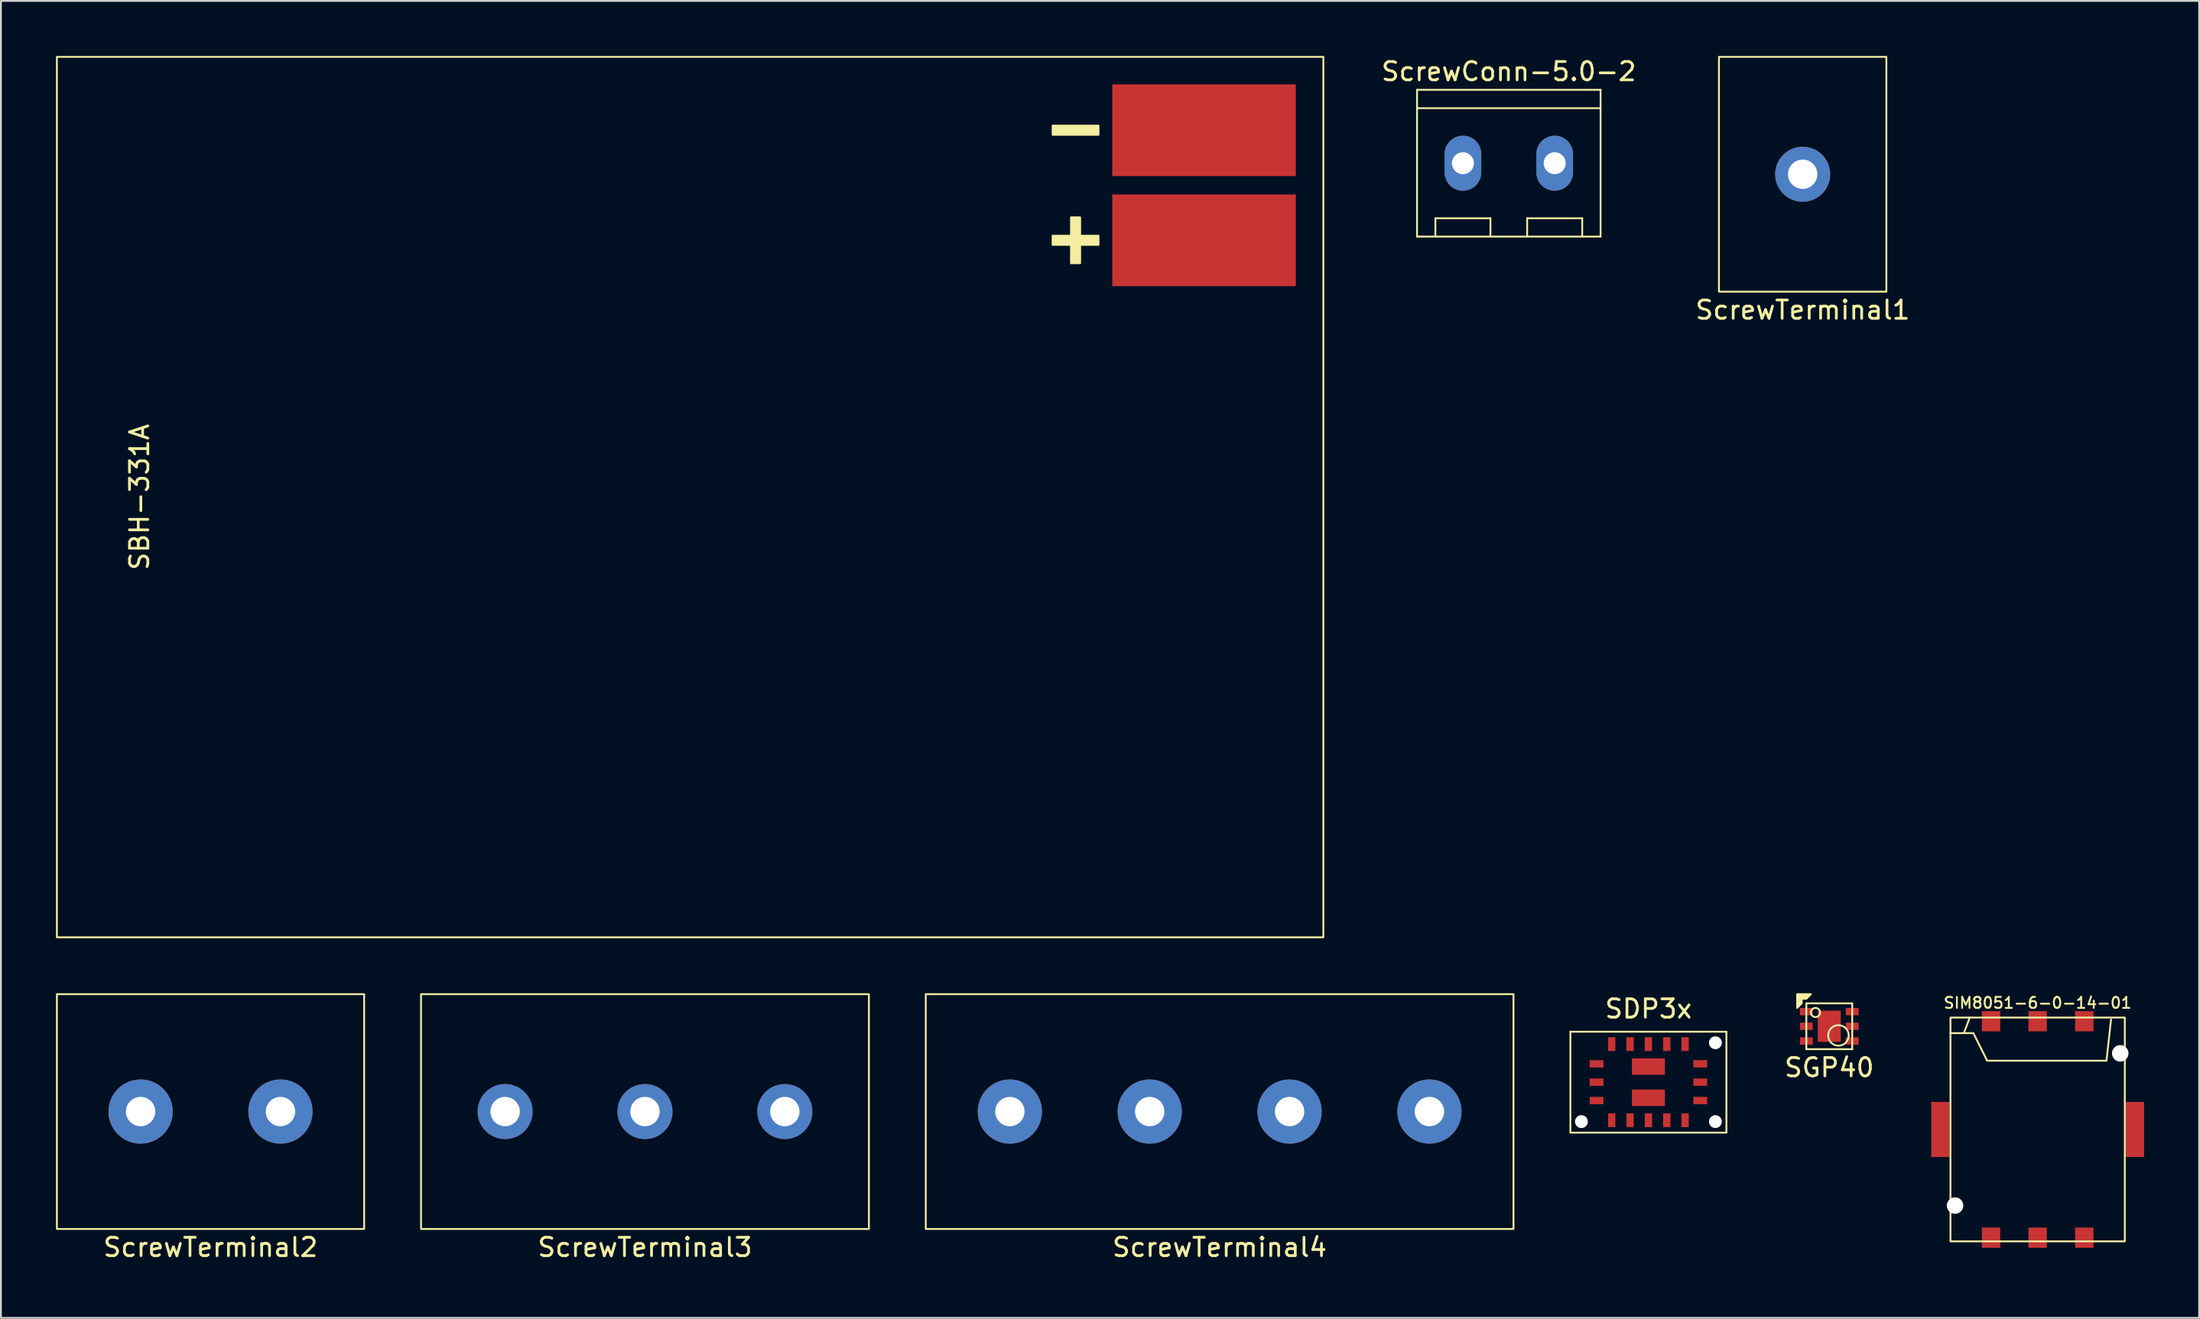
<source format=kicad_pcb>
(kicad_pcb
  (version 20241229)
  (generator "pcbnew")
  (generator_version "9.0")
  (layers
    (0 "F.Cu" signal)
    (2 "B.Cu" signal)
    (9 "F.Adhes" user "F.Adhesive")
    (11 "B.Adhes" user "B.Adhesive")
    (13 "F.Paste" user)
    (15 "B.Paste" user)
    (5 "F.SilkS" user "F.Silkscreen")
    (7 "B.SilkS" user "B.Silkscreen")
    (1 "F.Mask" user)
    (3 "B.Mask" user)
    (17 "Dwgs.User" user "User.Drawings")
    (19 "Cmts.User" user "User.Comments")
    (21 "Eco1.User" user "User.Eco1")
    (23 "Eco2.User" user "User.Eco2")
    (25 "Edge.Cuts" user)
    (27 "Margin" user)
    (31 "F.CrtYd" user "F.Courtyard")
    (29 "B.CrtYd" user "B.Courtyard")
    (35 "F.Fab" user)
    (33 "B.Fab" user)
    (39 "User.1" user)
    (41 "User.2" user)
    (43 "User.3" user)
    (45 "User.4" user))
  (footprint "ScrewTerminal2"
    (layer "F.Cu")
    (at 8.42 57.55)
    (property "Reference" "ScrewTerminal2" (at 0 7.4 0) (unlocked yes) (layer "F.SilkS") (effects (font (size 1 1) (thickness 0.15))))
    (attr through_hole)
    (fp_rect (start -8.37 -6.4) (end 8.37 6.4) (stroke (width 0.1) (type solid)) (fill no) (layer "F.SilkS"))
    (pad "1" thru_hole circle (at -3.81 0 90) (size 3.5 3.5) (drill 1.6) (layers "*.Cu" "*.Mask"))
    (pad "2" thru_hole circle (at 3.81 0 90) (size 3.5 3.5) (drill 1.6) (layers "*.Cu" "*.Mask")))
  (footprint "ScrewTerminal1"
    (layer "F.Cu")
    (at 95.165 6.45)
    (property "Reference" "ScrewTerminal1" (at 0 7.4 0) (unlocked yes) (layer "F.SilkS") (effects (font (size 1 1) (thickness 0.15))))
    (attr through_hole)
    (fp_rect (start -4.56 -6.4) (end 4.56 6.4) (stroke (width 0.1) (type solid)) (fill no) (layer "F.SilkS"))
    (pad "1" thru_hole circle (at 0 0 90) (size 3 3) (drill 1.6) (layers "*.Cu" "*.Mask")))
  (footprint "ScrewTerminal4"
    (layer "F.Cu")
    (at 63.4 57.55)
    (property "Reference" "ScrewTerminal4" (at 0 7.4 0) (unlocked yes) (layer "F.SilkS") (effects (font (size 1 1) (thickness 0.15))))
    (attr through_hole)
    (fp_rect (start -16.01 -6.4) (end 16.01 6.4) (stroke (width 0.1) (type solid)) (fill no) (layer "F.SilkS"))
    (pad "1" thru_hole circle (at -11.43 0 90) (size 3.5 3.5) (drill 1.6) (layers "*.Cu" "*.Mask"))
    (pad "2" thru_hole circle (at -3.81 0 90) (size 3.5 3.5) (drill 1.6) (layers "*.Cu" "*.Mask"))
    (pad "3" thru_hole circle (at 3.81 0 90) (size 3.5 3.5) (drill 1.6) (layers "*.Cu" "*.Mask"))
    (pad "4" thru_hole circle (at 11.43 0 90) (size 3.5 3.5) (drill 1.6) (layers "*.Cu" "*.Mask")))
  (footprint "SDP3x"
    (layer "F.Cu")
    (at 86.76 55.948)
    (property "Reference" "SDP3x" (at 0 -4 0) (layer "F.SilkS") (effects (font (size 1 1) (thickness 0.15))))
    (attr through_hole)
    (fp_line (start -4.25 -2.75) (end -4.25 2.75) (stroke (width 0.1) (type solid)) (layer "F.SilkS"))
    (fp_line (start -4.25 2.75) (end 4.25 2.75) (stroke (width 0.1) (type solid)) (layer "F.SilkS"))
    (fp_line (start 4.25 -2.75) (end -4.25 -2.75) (stroke (width 0.1) (type solid)) (layer "F.SilkS"))
    (fp_line (start 4.25 2.75) (end 4.25 -2.75) (stroke (width 0.1) (type solid)) (layer "F.SilkS"))
    (pad "" np_thru_hole circle (at -3.65 2.15) (size 0.7 0.7) (drill 0.7) (layers "*.Cu" "*.Mask"))
    (pad "" np_thru_hole circle (at 3.65 -2.15) (size 0.7 0.7) (drill 0.7) (layers "*.Cu" "*.Mask"))
    (pad "" np_thru_hole circle (at 3.65 2.15) (size 0.7 0.7) (drill 0.7) (layers "*.Cu" "*.Mask"))
    (pad "1" smd rect (at -2.825 -1) (size 0.75 0.4) (layers "F.Cu" "F.Mask" "F.Paste"))
    (pad "1" smd rect (at 0 -0.85) (size 1.8 0.9) (layers "F.Cu" "F.Mask" "F.Paste"))
    (pad "1" smd rect (at 0 0.85) (size 1.8 0.9) (layers "F.Cu" "F.Mask" "F.Paste"))
    (pad "2" smd rect (at -2.825 0) (size 0.75 0.4) (layers "F.Cu" "F.Mask" "F.Paste"))
    (pad "3" smd rect (at -2.825 1) (size 0.75 0.4) (layers "F.Cu" "F.Mask" "F.Paste"))
    (pad "4" smd rect (at -2 2.075 90) (size 0.75 0.4) (layers "F.Cu" "F.Mask" "F.Paste"))
    (pad "5" smd rect (at -1 2.075 90) (size 0.75 0.4) (layers "F.Cu" "F.Mask" "F.Paste"))
    (pad "6" smd rect (at 0 2.075 90) (size 0.75 0.4) (layers "F.Cu" "F.Mask" "F.Paste"))
    (pad "7" smd rect (at 1 2.075 90) (size 0.75 0.4) (layers "F.Cu" "F.Mask" "F.Paste"))
    (pad "8" smd rect (at 2 2.075 90) (size 0.75 0.4) (layers "F.Cu" "F.Mask" "F.Paste"))
    (pad "9" smd rect (at 2.825 1) (size 0.75 0.4) (layers "F.Cu" "F.Mask" "F.Paste"))
    (pad "10" smd rect (at 2.825 0) (size 0.75 0.4) (layers "F.Cu" "F.Mask" "F.Paste"))
    (pad "11" smd rect (at 2.825 -1) (size 0.75 0.4) (layers "F.Cu" "F.Mask" "F.Paste"))
    (pad "12" smd rect (at 2 -2.075 90) (size 0.75 0.4) (layers "F.Cu" "F.Mask" "F.Paste"))
    (pad "13" smd rect (at 1 -2.075 90) (size 0.75 0.4) (layers "F.Cu" "F.Mask" "F.Paste"))
    (pad "14" smd rect (at 0 -2.075 90) (size 0.75 0.4) (layers "F.Cu" "F.Mask" "F.Paste"))
    (pad "15" smd rect (at -1 -2.075 90) (size 0.75 0.4) (layers "F.Cu" "F.Mask" "F.Paste"))
    (pad "16" smd rect (at -2 -2.075 90) (size 0.75 0.4) (layers "F.Cu" "F.Mask" "F.Paste")))
  (footprint "ScrewTerminal3"
    (layer "F.Cu")
    (at 32.09 57.55)
    (property "Reference" "ScrewTerminal3" (at 0 7.4 0) (unlocked yes) (layer "F.SilkS") (effects (font (size 1 1) (thickness 0.15))))
    (attr through_hole)
    (fp_rect (start -12.2 -6.4) (end 12.2 6.4) (stroke (width 0.1) (type solid)) (fill no) (layer "F.SilkS"))
    (pad "1" thru_hole circle (at -7.62 0 90) (size 3 3) (drill 1.6) (layers "*.Cu" "*.Mask"))
    (pad "2" thru_hole circle (at 0 0 90) (size 3 3) (drill 1.6) (layers "*.Cu" "*.Mask"))
    (pad "3" thru_hole circle (at 7.62 0 90) (size 3 3) (drill 1.6) (layers "*.Cu" "*.Mask")))
  (footprint "ScrewConn-5.0-2"
    (layer "F.Cu")
    (at 79.154 5.848)
    (property "Reference" "ScrewConn-5.0-2" (at 0 -5 0) (unlocked yes) (layer "F.SilkS") (effects (font (size 1 1) (thickness 0.15))))
    (attr through_hole)
    (fp_line (start -5 -4) (end 5 -4) (stroke (width 0.1) (type solid)) (layer "F.SilkS"))
    (fp_line (start -5 -3) (end 5 -3) (stroke (width 0.1) (type solid)) (layer "F.SilkS"))
    (fp_line (start -5 4) (end -5 -4) (stroke (width 0.1) (type solid)) (layer "F.SilkS"))
    (fp_line (start -4 3) (end -1 3) (stroke (width 0.1) (type solid)) (layer "F.SilkS"))
    (fp_line (start -4 4) (end -4 3) (stroke (width 0.1) (type solid)) (layer "F.SilkS"))
    (fp_line (start -1 3) (end -1 4) (stroke (width 0.1) (type solid)) (layer "F.SilkS"))
    (fp_line (start 1 3) (end 4 3) (stroke (width 0.1) (type solid)) (layer "F.SilkS"))
    (fp_line (start 1 4) (end 1 3) (stroke (width 0.1) (type solid)) (layer "F.SilkS"))
    (fp_line (start 4 3) (end 4 4) (stroke (width 0.1) (type solid)) (layer "F.SilkS"))
    (fp_line (start 5 -4) (end 5 4) (stroke (width 0.1) (type solid)) (layer "F.SilkS"))
    (fp_line (start 5 4) (end -5 4) (stroke (width 0.1) (type solid)) (layer "F.SilkS"))
    (pad "1" thru_hole oval (at -2.5 0) (size 2 3) (drill 1.2) (layers "*.Cu" "*.Mask"))
    (pad "2" thru_hole oval (at 2.5 0) (size 2 3) (drill 1.2) (layers "*.Cu" "*.Mask")))
  (footprint "SIM8051-6-0-14-01"
    (layer "F.Cu")
    (at 107.967 58.526)
    (property "Reference" "SIM8051-6-0-14-01" (at 0 -6.9 0) (unlocked yes) (layer "F.SilkS") (effects (font (size 0.6 0.6) (thickness 0.1))))
    (attr smd)
    (fp_line (start -4.75 -5.25) (end -3.5 -5.25) (stroke (width 0.1) (type solid)) (layer "F.SilkS"))
    (fp_line (start -3.7 -6.1) (end -4 -5.3) (stroke (width 0.1) (type solid)) (layer "F.SilkS"))
    (fp_line (start -3.5 -5.25) (end -2.75 -3.75) (stroke (width 0.1) (type solid)) (layer "F.SilkS"))
    (fp_line (start -2.75 -3.75) (end 3.75 -3.75) (stroke (width 0.1) (type solid)) (layer "F.SilkS"))
    (fp_line (start 3.75 -3.75) (end 4 -6) (stroke (width 0.1) (type solid)) (layer "F.SilkS"))
    (fp_rect (start -4.75 -6.1) (end 4.75 6.1) (stroke (width 0.1) (type solid)) (fill no) (layer "F.SilkS"))
    (pad "" np_thru_hole circle (at -4.5 4.15) (size 0.9 0.9) (drill 0.9) (layers "*.Cu" "*.Mask"))
    (pad "" np_thru_hole circle (at 4.5 -4.15) (size 0.9 0.9) (drill 0.9) (layers "*.Cu" "*.Mask"))
    (pad "C1" smd rect (at 2.54 5.9) (size 1 1.1) (layers "F.Cu" "F.Mask" "F.Paste"))
    (pad "C2" smd rect (at 0 5.9) (size 1 1.1) (layers "F.Cu" "F.Mask" "F.Paste"))
    (pad "C3" smd rect (at -2.54 5.9) (size 1 1.1) (layers "F.Cu" "F.Mask" "F.Paste"))
    (pad "C5" smd rect (at 2.54 -5.9) (size 1 1.1) (layers "F.Cu" "F.Mask" "F.Paste"))
    (pad "C6" smd rect (at 0 -5.9) (size 1 1.1) (layers "F.Cu" "F.Mask" "F.Paste"))
    (pad "C7" smd rect (at -2.54 -5.9) (size 1 1.1) (layers "F.Cu" "F.Mask" "F.Paste"))
    (pad "SH" smd rect (at -5.3 0) (size 1 3) (layers "F.Cu" "F.Mask" "F.Paste"))
    (pad "SH" smd rect (at 5.3 0) (size 1 3) (layers "F.Cu" "F.Mask" "F.Paste")))
  (footprint "SGP40"
    (layer "F.Cu")
    (at 96.614 52.9)
    (property "Reference" "SGP40" (at 0 2.25 0) (layer "F.SilkS") (effects (font (size 1 1) (thickness 0.15))))
    (attr smd)
    (fp_line (start -1.25 -1.25) (end 1.25 -1.25) (stroke (width 0.1) (type solid)) (layer "F.SilkS"))
    (fp_line (start -1.25 1.25) (end -1.25 -1.25) (stroke (width 0.1) (type solid)) (layer "F.SilkS"))
    (fp_line (start 1.25 -1.25) (end 1.25 1.25) (stroke (width 0.1) (type solid)) (layer "F.SilkS"))
    (fp_line (start 1.25 1.25) (end -1.25 1.25) (stroke (width 0.1) (type solid)) (layer "F.SilkS"))
    (fp_circle (center -0.75 -0.75) (end -0.5 -0.75) (stroke (width 0.1) (type solid)) (fill no) (layer "F.SilkS"))
    (fp_circle (center 0.5 0.5) (end 0.75 1) (stroke (width 0.1) (type solid)) (fill no) (layer "F.SilkS"))
    (fp_poly (pts (xy -1.25 -1.5) (xy -1.5 -1.5) (xy -1.5 -1.25) (xy -1.75 -1) (xy -1.75 -1.75) (xy -1 -1.75)) (stroke (width 0.1) (type solid)) (fill yes) (layer "F.SilkS"))
    (pad "1" smd rect (at -1.25 -0.8) (size 0.7 0.4) (layers "F.Cu" "F.Mask" "F.Paste"))
    (pad "2" smd rect (at -1.25 0) (size 0.7 0.4) (layers "F.Cu" "F.Mask" "F.Paste"))
    (pad "3" smd rect (at -1.25 0.8) (size 0.7 0.4) (layers "F.Cu" "F.Mask" "F.Paste"))
    (pad "4" smd rect (at 1.25 0.8) (size 0.7 0.4) (layers "F.Cu" "F.Mask" "F.Paste"))
    (pad "5" smd rect (at 1.25 0) (size 0.7 0.4) (layers "F.Cu" "F.Mask" "F.Paste"))
    (pad "6" smd rect (at 1.25 -0.8) (size 0.7 0.4) (layers "F.Cu" "F.Mask" "F.Paste"))
    (pad "7" smd rect (at 0 0) (size 1.25 1.7) (layers "F.Cu" "F.Mask" "F.Paste")))
  (footprint "SBH-331A"
    (layer "F.Cu")
    (at 34.55 24.05)
    (property "Reference" "SBH-331A" (at -30 0 90) (unlocked yes) (layer "F.SilkS") (effects (font (size 1 1) (thickness 0.15))))
    (attr through_hole)
    (fp_rect (start -34.5 -24) (end 34.5 24) (stroke (width 0.1) (type solid)) (fill no) (layer "F.SilkS"))
    (fp_poly (pts (xy 22.25 -19.75) (xy 19.75 -19.75) (xy 19.75 -20.25) (xy 22.25 -20.25)) (stroke (width 0.1) (type solid)) (fill yes) (layer "F.SilkS"))
    (fp_poly (pts (xy 21.25 -14.25) (xy 22.25 -14.25) (xy 22.25 -13.75) (xy 21.25 -13.75) (xy 21.25 -12.75) (xy 20.75 -12.75) (xy 20.75 -13.75) (xy 19.75 -13.75) (xy 19.75 -14.25) (xy 20.75 -14.25) (xy 20.75 -15.25) (xy 21.25 -15.25)) (stroke (width 0.1) (type solid)) (fill yes) (layer "F.SilkS"))
    (pad "1" smd rect (at 28 -14 90) (size 5 10) (layers "F.Cu" "F.Mask" "F.Paste"))
    (pad "2" smd rect (at 28 -20 90) (size 5 10) (layers "F.Cu" "F.Mask" "F.Paste")))
  (gr_rect
    (start -3 -3)
    (end 116.767 68.798)
    (stroke (width 0.1) (type default))
    (fill no)
    (layer "Edge.Cuts")))
</source>
